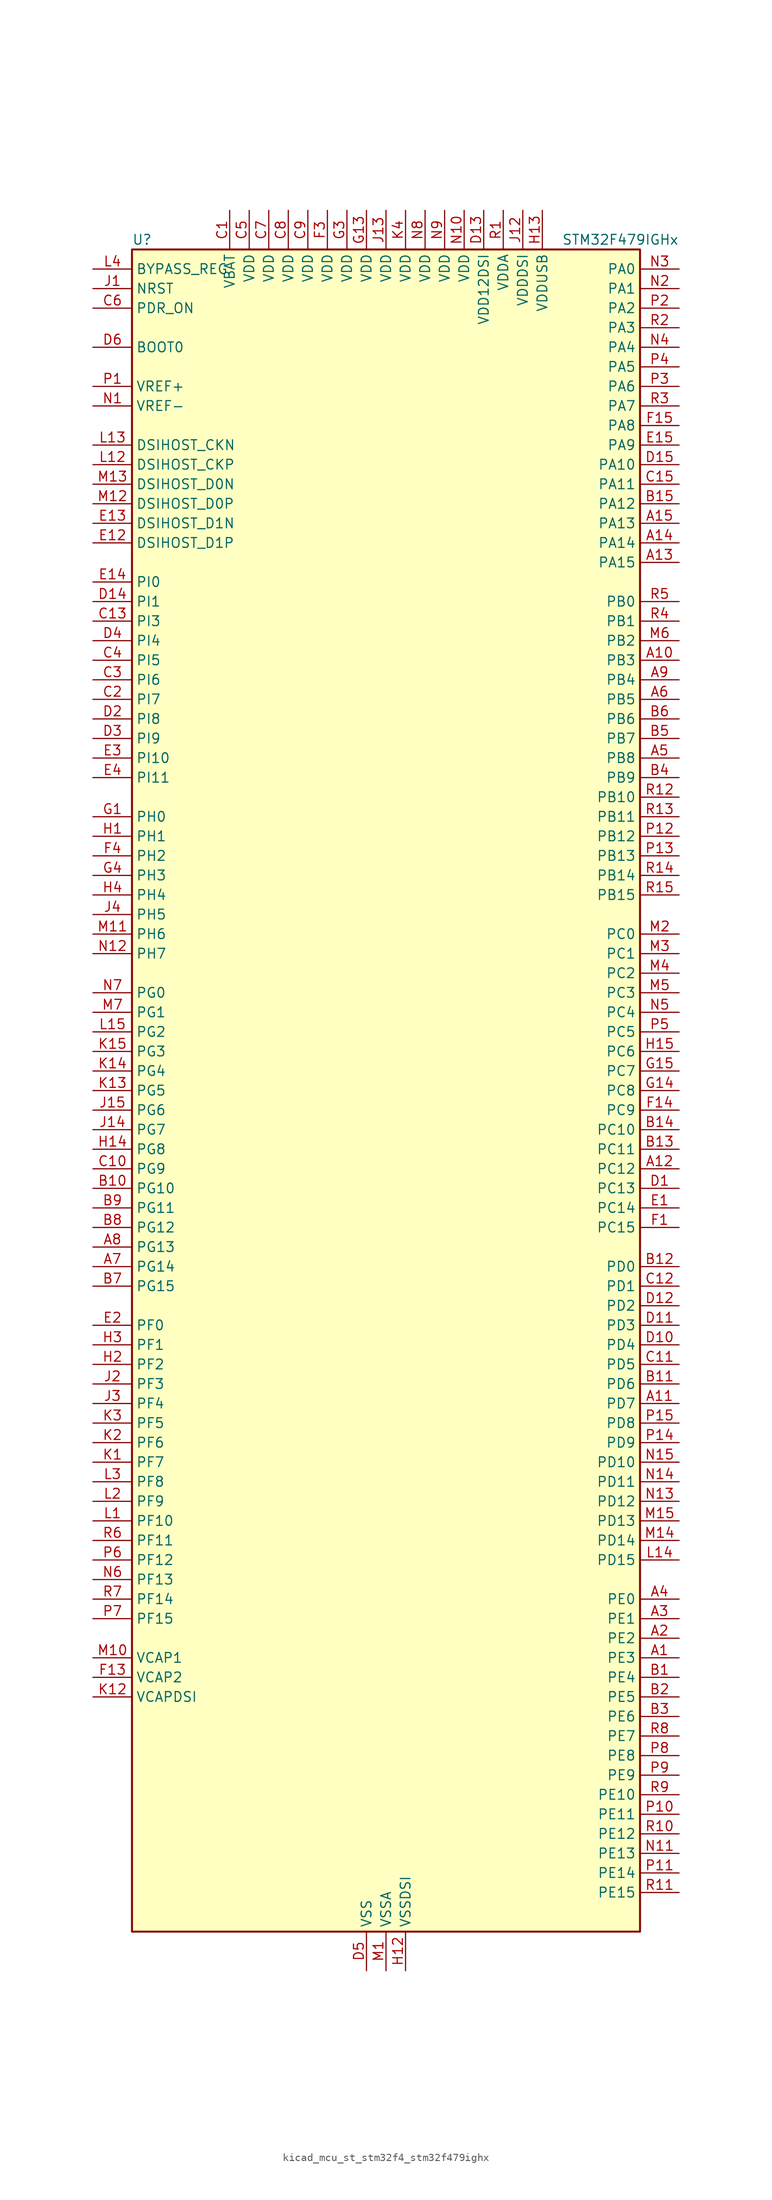
<source format=kicad_sym>
(kicad_symbol_lib
  (version 20220914)
  (generator kicad_symbol_editor)
  (symbol "kicad_mcu_st_stm32f4_stm32f479ighx"
    (property "Reference" "U"
      (at -33.02 110.49 0)
      (effects (font (size 1.27 1.27)) (justify left)))
    (property "Value" "STM32F479IGHx"
      (at 22.86 110.49 0)
      (effects (font (size 1.27 1.27)) (justify left)))
    (property "ki_locked" ""
      (at 0 0 0)
      (effects (font (size 1.27 1.27))))
    (symbol "kicad_mcu_st_stm32f4_stm32f479ighx_0_1"
      (rectangle (start -33.02 -109.22) (end 33.02 109.22) (stroke (width 0.254) (type default)) (fill (type background))))
    (symbol "kicad_mcu_st_stm32f4_stm32f479ighx_1_1"
      (pin bidirectional line (at 38.1 -73.66 180) (length 5.08) (name "PE3" (effects (font (size 1.27 1.27)))) (number "A1" (effects (font (size 1.27 1.27)))) (alternate "FMC_A19" bidirectional line) (alternate "SAI1_SD_B" bidirectional line) (alternate "SYS_TRACED0" bidirectional line))
      (pin bidirectional line (at 38.1 55.88 180) (length 5.08) (name "PB3" (effects (font (size 1.27 1.27)))) (number "A10" (effects (font (size 1.27 1.27)))) (alternate "I2S3_CK" bidirectional line) (alternate "SPI1_SCK" bidirectional line) (alternate "SPI3_SCK" bidirectional line) (alternate "SYS_JTDO-SWO" bidirectional line) (alternate "TIM2_CH2" bidirectional line))
      (pin bidirectional line (at 38.1 -40.64 180) (length 5.08) (name "PD7" (effects (font (size 1.27 1.27)))) (number "A11" (effects (font (size 1.27 1.27)))) (alternate "FMC_NE1" bidirectional line) (alternate "USART2_CK" bidirectional line))
      (pin bidirectional line (at 38.1 -10.16 180) (length 5.08) (name "PC12" (effects (font (size 1.27 1.27)))) (number "A12" (effects (font (size 1.27 1.27)))) (alternate "DCMI_D9" bidirectional line) (alternate "I2S3_SD" bidirectional line) (alternate "SDIO_CK" bidirectional line) (alternate "SPI3_MOSI" bidirectional line) (alternate "SYS_TRACED3" bidirectional line) (alternate "UART5_TX" bidirectional line) (alternate "USART3_CK" bidirectional line))
      (pin bidirectional line (at 38.1 68.58 180) (length 5.08) (name "PA15" (effects (font (size 1.27 1.27)))) (number "A13" (effects (font (size 1.27 1.27)))) (alternate "ADC1_EXTI15" bidirectional line) (alternate "ADC2_EXTI15" bidirectional line) (alternate "ADC3_EXTI15" bidirectional line) (alternate "I2S3_WS" bidirectional line) (alternate "SPI1_NSS" bidirectional line) (alternate "SPI3_NSS" bidirectional line) (alternate "SYS_JTDI" bidirectional line) (alternate "TIM2_CH1" bidirectional line) (alternate "TIM2_ETR" bidirectional line))
      (pin bidirectional line (at 38.1 71.12 180) (length 5.08) (name "PA14" (effects (font (size 1.27 1.27)))) (number "A14" (effects (font (size 1.27 1.27)))) (alternate "SYS_JTCK-SWCLK" bidirectional line))
      (pin bidirectional line (at 38.1 73.66 180) (length 5.08) (name "PA13" (effects (font (size 1.27 1.27)))) (number "A15" (effects (font (size 1.27 1.27)))) (alternate "SYS_JTMS-SWDIO" bidirectional line))
      (pin bidirectional line (at 38.1 -71.12 180) (length 5.08) (name "PE2" (effects (font (size 1.27 1.27)))) (number "A2" (effects (font (size 1.27 1.27)))) (alternate "ETH_TXD3" bidirectional line) (alternate "FMC_A23" bidirectional line) (alternate "QUADSPI_BK1_IO2" bidirectional line) (alternate "SAI1_MCLK_A" bidirectional line) (alternate "SPI4_SCK" bidirectional line) (alternate "SYS_TRACECLK" bidirectional line))
      (pin bidirectional line (at 38.1 -68.58 180) (length 5.08) (name "PE1" (effects (font (size 1.27 1.27)))) (number "A3" (effects (font (size 1.27 1.27)))) (alternate "DCMI_D3" bidirectional line) (alternate "FMC_NBL1" bidirectional line) (alternate "UART8_TX" bidirectional line))
      (pin bidirectional line (at 38.1 -66.04 180) (length 5.08) (name "PE0" (effects (font (size 1.27 1.27)))) (number "A4" (effects (font (size 1.27 1.27)))) (alternate "DCMI_D2" bidirectional line) (alternate "FMC_NBL0" bidirectional line) (alternate "TIM4_ETR" bidirectional line) (alternate "UART8_RX" bidirectional line))
      (pin bidirectional line (at 38.1 43.18 180) (length 5.08) (name "PB8" (effects (font (size 1.27 1.27)))) (number "A5" (effects (font (size 1.27 1.27)))) (alternate "CAN1_RX" bidirectional line) (alternate "DCMI_D6" bidirectional line) (alternate "ETH_TXD3" bidirectional line) (alternate "I2C1_SCL" bidirectional line) (alternate "LTDC_B6" bidirectional line) (alternate "SDIO_D4" bidirectional line) (alternate "TIM10_CH1" bidirectional line) (alternate "TIM4_CH3" bidirectional line))
      (pin bidirectional line (at 38.1 50.8 180) (length 5.08) (name "PB5" (effects (font (size 1.27 1.27)))) (number "A6" (effects (font (size 1.27 1.27)))) (alternate "CAN2_RX" bidirectional line) (alternate "DCMI_D10" bidirectional line) (alternate "ETH_PPS_OUT" bidirectional line) (alternate "FMC_SDCKE1" bidirectional line) (alternate "I2C1_SMBA" bidirectional line) (alternate "I2S3_SD" bidirectional line) (alternate "LTDC_G7" bidirectional line) (alternate "SPI1_MOSI" bidirectional line) (alternate "SPI3_MOSI" bidirectional line) (alternate "TIM3_CH2" bidirectional line) (alternate "USB_OTG_HS_ULPI_D7" bidirectional line))
      (pin bidirectional line (at -38.1 -22.86 0) (length 5.08) (name "PG14" (effects (font (size 1.27 1.27)))) (number "A7" (effects (font (size 1.27 1.27)))) (alternate "ETH_TXD1" bidirectional line) (alternate "FMC_A25" bidirectional line) (alternate "LTDC_B0" bidirectional line) (alternate "QUADSPI_BK2_IO3" bidirectional line) (alternate "SPI6_MOSI" bidirectional line) (alternate "SYS_TRACED1" bidirectional line) (alternate "USART6_TX" bidirectional line))
      (pin bidirectional line (at -38.1 -20.32 0) (length 5.08) (name "PG13" (effects (font (size 1.27 1.27)))) (number "A8" (effects (font (size 1.27 1.27)))) (alternate "ETH_TXD0" bidirectional line) (alternate "FMC_A24" bidirectional line) (alternate "LTDC_R0" bidirectional line) (alternate "SPI6_SCK" bidirectional line) (alternate "SYS_TRACED0" bidirectional line) (alternate "USART6_CTS" bidirectional line))
      (pin bidirectional line (at 38.1 53.34 180) (length 5.08) (name "PB4" (effects (font (size 1.27 1.27)))) (number "A9" (effects (font (size 1.27 1.27)))) (alternate "I2S3_ext_SD" bidirectional line) (alternate "SPI1_MISO" bidirectional line) (alternate "SPI3_MISO" bidirectional line) (alternate "SYS_JTRST" bidirectional line) (alternate "TIM3_CH1" bidirectional line))
      (pin bidirectional line (at 38.1 -76.2 180) (length 5.08) (name "PE4" (effects (font (size 1.27 1.27)))) (number "B1" (effects (font (size 1.27 1.27)))) (alternate "DCMI_D4" bidirectional line) (alternate "FMC_A20" bidirectional line) (alternate "LTDC_B0" bidirectional line) (alternate "SAI1_FS_A" bidirectional line) (alternate "SPI4_NSS" bidirectional line) (alternate "SYS_TRACED1" bidirectional line))
      (pin bidirectional line (at -38.1 -12.7 0) (length 5.08) (name "PG10" (effects (font (size 1.27 1.27)))) (number "B10" (effects (font (size 1.27 1.27)))) (alternate "DCMI_D2" bidirectional line) (alternate "FMC_NE3" bidirectional line) (alternate "LTDC_B2" bidirectional line) (alternate "LTDC_G3" bidirectional line))
      (pin bidirectional line (at 38.1 -38.1 180) (length 5.08) (name "PD6" (effects (font (size 1.27 1.27)))) (number "B11" (effects (font (size 1.27 1.27)))) (alternate "DCMI_D10" bidirectional line) (alternate "FMC_NWAIT" bidirectional line) (alternate "I2S3_SD" bidirectional line) (alternate "LTDC_B2" bidirectional line) (alternate "SAI1_SD_A" bidirectional line) (alternate "SPI3_MOSI" bidirectional line) (alternate "USART2_RX" bidirectional line))
      (pin bidirectional line (at 38.1 -22.86 180) (length 5.08) (name "PD0" (effects (font (size 1.27 1.27)))) (number "B12" (effects (font (size 1.27 1.27)))) (alternate "CAN1_RX" bidirectional line) (alternate "FMC_D2" bidirectional line) (alternate "FMC_DA2" bidirectional line))
      (pin bidirectional line (at 38.1 -7.62 180) (length 5.08) (name "PC11" (effects (font (size 1.27 1.27)))) (number "B13" (effects (font (size 1.27 1.27)))) (alternate "ADC1_EXTI11" bidirectional line) (alternate "ADC2_EXTI11" bidirectional line) (alternate "ADC3_EXTI11" bidirectional line) (alternate "DCMI_D4" bidirectional line) (alternate "I2S3_ext_SD" bidirectional line) (alternate "QUADSPI_BK2_NCS" bidirectional line) (alternate "SDIO_D3" bidirectional line) (alternate "SPI3_MISO" bidirectional line) (alternate "UART4_RX" bidirectional line) (alternate "USART3_RX" bidirectional line))
      (pin bidirectional line (at 38.1 -5.08 180) (length 5.08) (name "PC10" (effects (font (size 1.27 1.27)))) (number "B14" (effects (font (size 1.27 1.27)))) (alternate "DCMI_D8" bidirectional line) (alternate "I2S3_CK" bidirectional line) (alternate "LTDC_R2" bidirectional line) (alternate "QUADSPI_BK1_IO1" bidirectional line) (alternate "SDIO_D2" bidirectional line) (alternate "SPI3_SCK" bidirectional line) (alternate "UART4_TX" bidirectional line) (alternate "USART3_TX" bidirectional line))
      (pin bidirectional line (at 38.1 76.2 180) (length 5.08) (name "PA12" (effects (font (size 1.27 1.27)))) (number "B15" (effects (font (size 1.27 1.27)))) (alternate "CAN1_TX" bidirectional line) (alternate "LTDC_R5" bidirectional line) (alternate "TIM1_ETR" bidirectional line) (alternate "USART1_RTS" bidirectional line) (alternate "USB_OTG_FS_DP" bidirectional line))
      (pin bidirectional line (at 38.1 -78.74 180) (length 5.08) (name "PE5" (effects (font (size 1.27 1.27)))) (number "B2" (effects (font (size 1.27 1.27)))) (alternate "DCMI_D6" bidirectional line) (alternate "FMC_A21" bidirectional line) (alternate "LTDC_G0" bidirectional line) (alternate "SAI1_SCK_A" bidirectional line) (alternate "SPI4_MISO" bidirectional line) (alternate "SYS_TRACED2" bidirectional line) (alternate "TIM9_CH1" bidirectional line))
      (pin bidirectional line (at 38.1 -81.28 180) (length 5.08) (name "PE6" (effects (font (size 1.27 1.27)))) (number "B3" (effects (font (size 1.27 1.27)))) (alternate "DCMI_D7" bidirectional line) (alternate "FMC_A22" bidirectional line) (alternate "LTDC_G1" bidirectional line) (alternate "SAI1_SD_A" bidirectional line) (alternate "SPI4_MOSI" bidirectional line) (alternate "SYS_TRACED3" bidirectional line) (alternate "TIM9_CH2" bidirectional line))
      (pin bidirectional line (at 38.1 40.64 180) (length 5.08) (name "PB9" (effects (font (size 1.27 1.27)))) (number "B4" (effects (font (size 1.27 1.27)))) (alternate "CAN1_TX" bidirectional line) (alternate "DAC_EXTI9" bidirectional line) (alternate "DCMI_D7" bidirectional line) (alternate "I2C1_SDA" bidirectional line) (alternate "I2S2_WS" bidirectional line) (alternate "LTDC_B7" bidirectional line) (alternate "SDIO_D5" bidirectional line) (alternate "SPI2_NSS" bidirectional line) (alternate "TIM11_CH1" bidirectional line) (alternate "TIM4_CH4" bidirectional line))
      (pin bidirectional line (at 38.1 45.72 180) (length 5.08) (name "PB7" (effects (font (size 1.27 1.27)))) (number "B5" (effects (font (size 1.27 1.27)))) (alternate "DCMI_VSYNC" bidirectional line) (alternate "FMC_NL" bidirectional line) (alternate "I2C1_SDA" bidirectional line) (alternate "TIM4_CH2" bidirectional line) (alternate "USART1_RX" bidirectional line))
      (pin bidirectional line (at 38.1 48.26 180) (length 5.08) (name "PB6" (effects (font (size 1.27 1.27)))) (number "B6" (effects (font (size 1.27 1.27)))) (alternate "CAN2_TX" bidirectional line) (alternate "DCMI_D5" bidirectional line) (alternate "FMC_SDNE1" bidirectional line) (alternate "I2C1_SCL" bidirectional line) (alternate "QUADSPI_BK1_NCS" bidirectional line) (alternate "TIM4_CH1" bidirectional line) (alternate "USART1_TX" bidirectional line))
      (pin bidirectional line (at -38.1 -25.4 0) (length 5.08) (name "PG15" (effects (font (size 1.27 1.27)))) (number "B7" (effects (font (size 1.27 1.27)))) (alternate "ADC1_EXTI15" bidirectional line) (alternate "ADC2_EXTI15" bidirectional line) (alternate "ADC3_EXTI15" bidirectional line) (alternate "DCMI_D13" bidirectional line) (alternate "FMC_SDNCAS" bidirectional line) (alternate "USART6_CTS" bidirectional line))
      (pin bidirectional line (at -38.1 -17.78 0) (length 5.08) (name "PG12" (effects (font (size 1.27 1.27)))) (number "B8" (effects (font (size 1.27 1.27)))) (alternate "FMC_NE4" bidirectional line) (alternate "LTDC_B1" bidirectional line) (alternate "LTDC_B4" bidirectional line) (alternate "SPI6_MISO" bidirectional line) (alternate "USART6_RTS" bidirectional line))
      (pin bidirectional line (at -38.1 -15.24 0) (length 5.08) (name "PG11" (effects (font (size 1.27 1.27)))) (number "B9" (effects (font (size 1.27 1.27)))) (alternate "ADC1_EXTI11" bidirectional line) (alternate "ADC2_EXTI11" bidirectional line) (alternate "ADC3_EXTI11" bidirectional line) (alternate "DCMI_D3" bidirectional line) (alternate "ETH_TX_EN" bidirectional line) (alternate "LTDC_B3" bidirectional line))
      (pin power_in line (at -20.32 114.3 270) (length 5.08) (name "VBAT" (effects (font (size 1.27 1.27)))) (number "C1" (effects (font (size 1.27 1.27)))))
      (pin bidirectional line (at -38.1 -10.16 0) (length 5.08) (name "PG9" (effects (font (size 1.27 1.27)))) (number "C10" (effects (font (size 1.27 1.27)))) (alternate "DAC_EXTI9" bidirectional line) (alternate "DCMI_VSYNC" bidirectional line) (alternate "FMC_NCE" bidirectional line) (alternate "FMC_NE2" bidirectional line) (alternate "QUADSPI_BK2_IO2" bidirectional line) (alternate "USART6_RX" bidirectional line))
      (pin bidirectional line (at 38.1 -35.56 180) (length 5.08) (name "PD5" (effects (font (size 1.27 1.27)))) (number "C11" (effects (font (size 1.27 1.27)))) (alternate "FMC_NWE" bidirectional line) (alternate "USART2_TX" bidirectional line))
      (pin bidirectional line (at 38.1 -25.4 180) (length 5.08) (name "PD1" (effects (font (size 1.27 1.27)))) (number "C12" (effects (font (size 1.27 1.27)))) (alternate "CAN1_TX" bidirectional line) (alternate "FMC_D3" bidirectional line) (alternate "FMC_DA3" bidirectional line))
      (pin bidirectional line (at -38.1 60.96 0) (length 5.08) (name "PI3" (effects (font (size 1.27 1.27)))) (number "C13" (effects (font (size 1.27 1.27)))) (alternate "DCMI_D10" bidirectional line) (alternate "FMC_D27" bidirectional line) (alternate "I2S2_SD" bidirectional line) (alternate "SPI2_MOSI" bidirectional line) (alternate "TIM8_ETR" bidirectional line))
      (pin no_connect line (at -33.02 -109.22 0) (length 5.08) hide (name "NC" (effects (font (size 1.27 1.27)))) (number "C14" (effects (font (size 1.27 1.27)))))
      (pin bidirectional line (at 38.1 78.74 180) (length 5.08) (name "PA11" (effects (font (size 1.27 1.27)))) (number "C15" (effects (font (size 1.27 1.27)))) (alternate "ADC1_EXTI11" bidirectional line) (alternate "ADC2_EXTI11" bidirectional line) (alternate "ADC3_EXTI11" bidirectional line) (alternate "CAN1_RX" bidirectional line) (alternate "LTDC_R4" bidirectional line) (alternate "TIM1_CH4" bidirectional line) (alternate "USART1_CTS" bidirectional line) (alternate "USB_OTG_FS_DM" bidirectional line))
      (pin bidirectional line (at -38.1 50.8 0) (length 5.08) (name "PI7" (effects (font (size 1.27 1.27)))) (number "C2" (effects (font (size 1.27 1.27)))) (alternate "DCMI_D7" bidirectional line) (alternate "FMC_D29" bidirectional line) (alternate "LTDC_B7" bidirectional line) (alternate "TIM8_CH3" bidirectional line))
      (pin bidirectional line (at -38.1 53.34 0) (length 5.08) (name "PI6" (effects (font (size 1.27 1.27)))) (number "C3" (effects (font (size 1.27 1.27)))) (alternate "DCMI_D6" bidirectional line) (alternate "FMC_D28" bidirectional line) (alternate "LTDC_B6" bidirectional line) (alternate "TIM8_CH2" bidirectional line))
      (pin bidirectional line (at -38.1 55.88 0) (length 5.08) (name "PI5" (effects (font (size 1.27 1.27)))) (number "C4" (effects (font (size 1.27 1.27)))) (alternate "DCMI_VSYNC" bidirectional line) (alternate "FMC_NBL3" bidirectional line) (alternate "LTDC_B5" bidirectional line) (alternate "TIM8_CH1" bidirectional line))
      (pin power_in line (at -17.78 114.3 270) (length 5.08) (name "VDD" (effects (font (size 1.27 1.27)))) (number "C5" (effects (font (size 1.27 1.27)))))
      (pin input line (at -38.1 101.6 0) (length 5.08) (name "PDR_ON" (effects (font (size 1.27 1.27)))) (number "C6" (effects (font (size 1.27 1.27)))))
      (pin power_in line (at -15.24 114.3 270) (length 5.08) (name "VDD" (effects (font (size 1.27 1.27)))) (number "C7" (effects (font (size 1.27 1.27)))))
      (pin power_in line (at -12.7 114.3 270) (length 5.08) (name "VDD" (effects (font (size 1.27 1.27)))) (number "C8" (effects (font (size 1.27 1.27)))))
      (pin power_in line (at -10.16 114.3 270) (length 5.08) (name "VDD" (effects (font (size 1.27 1.27)))) (number "C9" (effects (font (size 1.27 1.27)))))
      (pin bidirectional line (at 38.1 -12.7 180) (length 5.08) (name "PC13" (effects (font (size 1.27 1.27)))) (number "D1" (effects (font (size 1.27 1.27)))) (alternate "RTC_AF1" bidirectional line))
      (pin bidirectional line (at 38.1 -33.02 180) (length 5.08) (name "PD4" (effects (font (size 1.27 1.27)))) (number "D10" (effects (font (size 1.27 1.27)))) (alternate "FMC_NOE" bidirectional line) (alternate "USART2_RTS" bidirectional line))
      (pin bidirectional line (at 38.1 -30.48 180) (length 5.08) (name "PD3" (effects (font (size 1.27 1.27)))) (number "D11" (effects (font (size 1.27 1.27)))) (alternate "DCMI_D5" bidirectional line) (alternate "FMC_CLK" bidirectional line) (alternate "I2S2_CK" bidirectional line) (alternate "LTDC_G7" bidirectional line) (alternate "SPI2_SCK" bidirectional line) (alternate "USART2_CTS" bidirectional line))
      (pin bidirectional line (at 38.1 -27.94 180) (length 5.08) (name "PD2" (effects (font (size 1.27 1.27)))) (number "D12" (effects (font (size 1.27 1.27)))) (alternate "DCMI_D11" bidirectional line) (alternate "SDIO_CMD" bidirectional line) (alternate "SYS_TRACED2" bidirectional line) (alternate "TIM3_ETR" bidirectional line) (alternate "UART5_RX" bidirectional line))
      (pin power_in line (at 12.7 114.3 270) (length 5.08) (name "VDD12DSI" (effects (font (size 1.27 1.27)))) (number "D13" (effects (font (size 1.27 1.27)))))
      (pin bidirectional line (at -38.1 63.5 0) (length 5.08) (name "PI1" (effects (font (size 1.27 1.27)))) (number "D14" (effects (font (size 1.27 1.27)))) (alternate "DCMI_D8" bidirectional line) (alternate "FMC_D25" bidirectional line) (alternate "I2S2_CK" bidirectional line) (alternate "LTDC_G6" bidirectional line) (alternate "SPI2_SCK" bidirectional line))
      (pin bidirectional line (at 38.1 81.28 180) (length 5.08) (name "PA10" (effects (font (size 1.27 1.27)))) (number "D15" (effects (font (size 1.27 1.27)))) (alternate "DCMI_D1" bidirectional line) (alternate "TIM1_CH3" bidirectional line) (alternate "USART1_RX" bidirectional line) (alternate "USB_OTG_FS_ID" bidirectional line))
      (pin bidirectional line (at -38.1 48.26 0) (length 5.08) (name "PI8" (effects (font (size 1.27 1.27)))) (number "D2" (effects (font (size 1.27 1.27)))) (alternate "RTC_AF1" bidirectional line) (alternate "RTC_AF2" bidirectional line))
      (pin bidirectional line (at -38.1 45.72 0) (length 5.08) (name "PI9" (effects (font (size 1.27 1.27)))) (number "D3" (effects (font (size 1.27 1.27)))) (alternate "CAN1_RX" bidirectional line) (alternate "DAC_EXTI9" bidirectional line) (alternate "FMC_D30" bidirectional line) (alternate "LTDC_VSYNC" bidirectional line))
      (pin bidirectional line (at -38.1 58.42 0) (length 5.08) (name "PI4" (effects (font (size 1.27 1.27)))) (number "D4" (effects (font (size 1.27 1.27)))) (alternate "DCMI_D5" bidirectional line) (alternate "FMC_NBL2" bidirectional line) (alternate "LTDC_B4" bidirectional line) (alternate "TIM8_BKIN" bidirectional line))
      (pin power_in line (at -2.54 -114.3 90) (length 5.08) (name "VSS" (effects (font (size 1.27 1.27)))) (number "D5" (effects (font (size 1.27 1.27)))))
      (pin input line (at -38.1 96.52 0) (length 5.08) (name "BOOT0" (effects (font (size 1.27 1.27)))) (number "D6" (effects (font (size 1.27 1.27)))))
      (pin passive line (at -2.54 -114.3 90) (length 5.08) hide (name "VSS" (effects (font (size 1.27 1.27)))) (number "D7" (effects (font (size 1.27 1.27)))))
      (pin passive line (at -2.54 -114.3 90) (length 5.08) hide (name "VSS" (effects (font (size 1.27 1.27)))) (number "D8" (effects (font (size 1.27 1.27)))))
      (pin passive line (at -2.54 -114.3 90) (length 5.08) hide (name "VSS" (effects (font (size 1.27 1.27)))) (number "D9" (effects (font (size 1.27 1.27)))))
      (pin bidirectional line (at 38.1 -15.24 180) (length 5.08) (name "PC14" (effects (font (size 1.27 1.27)))) (number "E1" (effects (font (size 1.27 1.27)))) (alternate "RCC_OSC32_IN" bidirectional line))
      (pin bidirectional line (at -38.1 71.12 0) (length 5.08) (name "DSIHOST_D1P" (effects (font (size 1.27 1.27)))) (number "E12" (effects (font (size 1.27 1.27)))) (alternate "DSIHOST_D1P" bidirectional line))
      (pin bidirectional line (at -38.1 73.66 0) (length 5.08) (name "DSIHOST_D1N" (effects (font (size 1.27 1.27)))) (number "E13" (effects (font (size 1.27 1.27)))) (alternate "DSIHOST_D1N" bidirectional line))
      (pin bidirectional line (at -38.1 66.04 0) (length 5.08) (name "PI0" (effects (font (size 1.27 1.27)))) (number "E14" (effects (font (size 1.27 1.27)))) (alternate "DCMI_D13" bidirectional line) (alternate "FMC_D24" bidirectional line) (alternate "I2S2_WS" bidirectional line) (alternate "LTDC_G5" bidirectional line) (alternate "SPI2_NSS" bidirectional line) (alternate "TIM5_CH4" bidirectional line))
      (pin bidirectional line (at 38.1 83.82 180) (length 5.08) (name "PA9" (effects (font (size 1.27 1.27)))) (number "E15" (effects (font (size 1.27 1.27)))) (alternate "DAC_EXTI9" bidirectional line) (alternate "DCMI_D0" bidirectional line) (alternate "I2C3_SMBA" bidirectional line) (alternate "I2S2_CK" bidirectional line) (alternate "SPI2_SCK" bidirectional line) (alternate "TIM1_CH2" bidirectional line) (alternate "USART1_TX" bidirectional line) (alternate "USB_OTG_FS_VBUS" bidirectional line))
      (pin bidirectional line (at -38.1 -30.48 0) (length 5.08) (name "PF0" (effects (font (size 1.27 1.27)))) (number "E2" (effects (font (size 1.27 1.27)))) (alternate "FMC_A0" bidirectional line) (alternate "I2C2_SDA" bidirectional line))
      (pin bidirectional line (at -38.1 43.18 0) (length 5.08) (name "PI10" (effects (font (size 1.27 1.27)))) (number "E3" (effects (font (size 1.27 1.27)))) (alternate "ETH_RX_ER" bidirectional line) (alternate "FMC_D31" bidirectional line) (alternate "LTDC_HSYNC" bidirectional line))
      (pin bidirectional line (at -38.1 40.64 0) (length 5.08) (name "PI11" (effects (font (size 1.27 1.27)))) (number "E4" (effects (font (size 1.27 1.27)))) (alternate "ADC1_EXTI11" bidirectional line) (alternate "ADC2_EXTI11" bidirectional line) (alternate "ADC3_EXTI11" bidirectional line) (alternate "LTDC_G6" bidirectional line) (alternate "USB_OTG_HS_ULPI_DIR" bidirectional line))
      (pin bidirectional line (at 38.1 -17.78 180) (length 5.08) (name "PC15" (effects (font (size 1.27 1.27)))) (number "F1" (effects (font (size 1.27 1.27)))) (alternate "ADC1_EXTI15" bidirectional line) (alternate "ADC2_EXTI15" bidirectional line) (alternate "ADC3_EXTI15" bidirectional line) (alternate "RCC_OSC32_OUT" bidirectional line))
      (pin passive line (at -2.54 -114.3 90) (length 5.08) hide (name "VSS" (effects (font (size 1.27 1.27)))) (number "F10" (effects (font (size 1.27 1.27)))))
      (pin passive line (at -2.54 -114.3 90) (length 5.08) hide (name "VSS" (effects (font (size 1.27 1.27)))) (number "F12" (effects (font (size 1.27 1.27)))))
      (pin power_out line (at -38.1 -76.2 0) (length 5.08) (name "VCAP2" (effects (font (size 1.27 1.27)))) (number "F13" (effects (font (size 1.27 1.27)))))
      (pin bidirectional line (at 38.1 -2.54 180) (length 5.08) (name "PC9" (effects (font (size 1.27 1.27)))) (number "F14" (effects (font (size 1.27 1.27)))) (alternate "DAC_EXTI9" bidirectional line) (alternate "DCMI_D3" bidirectional line) (alternate "I2C3_SDA" bidirectional line) (alternate "I2S_CKIN" bidirectional line) (alternate "QUADSPI_BK1_IO0" bidirectional line) (alternate "RCC_MCO_2" bidirectional line) (alternate "SDIO_D1" bidirectional line) (alternate "TIM3_CH4" bidirectional line) (alternate "TIM8_CH4" bidirectional line))
      (pin bidirectional line (at 38.1 86.36 180) (length 5.08) (name "PA8" (effects (font (size 1.27 1.27)))) (number "F15" (effects (font (size 1.27 1.27)))) (alternate "I2C3_SCL" bidirectional line) (alternate "LTDC_R6" bidirectional line) (alternate "RCC_MCO_1" bidirectional line) (alternate "TIM1_CH1" bidirectional line) (alternate "USART1_CK" bidirectional line) (alternate "USB_OTG_FS_SOF" bidirectional line))
      (pin passive line (at -2.54 -114.3 90) (length 5.08) hide (name "VSS" (effects (font (size 1.27 1.27)))) (number "F2" (effects (font (size 1.27 1.27)))))
      (pin power_in line (at -7.62 114.3 270) (length 5.08) (name "VDD" (effects (font (size 1.27 1.27)))) (number "F3" (effects (font (size 1.27 1.27)))))
      (pin bidirectional line (at -38.1 30.48 0) (length 5.08) (name "PH2" (effects (font (size 1.27 1.27)))) (number "F4" (effects (font (size 1.27 1.27)))) (alternate "ETH_CRS" bidirectional line) (alternate "FMC_SDCKE0" bidirectional line) (alternate "LTDC_R0" bidirectional line) (alternate "QUADSPI_BK2_IO0" bidirectional line))
      (pin passive line (at -2.54 -114.3 90) (length 5.08) hide (name "VSS" (effects (font (size 1.27 1.27)))) (number "F6" (effects (font (size 1.27 1.27)))))
      (pin passive line (at -2.54 -114.3 90) (length 5.08) hide (name "VSS" (effects (font (size 1.27 1.27)))) (number "F7" (effects (font (size 1.27 1.27)))))
      (pin passive line (at -2.54 -114.3 90) (length 5.08) hide (name "VSS" (effects (font (size 1.27 1.27)))) (number "F8" (effects (font (size 1.27 1.27)))))
      (pin passive line (at -2.54 -114.3 90) (length 5.08) hide (name "VSS" (effects (font (size 1.27 1.27)))) (number "F9" (effects (font (size 1.27 1.27)))))
      (pin bidirectional line (at -38.1 35.56 0) (length 5.08) (name "PH0" (effects (font (size 1.27 1.27)))) (number "G1" (effects (font (size 1.27 1.27)))) (alternate "RCC_OSC_IN" bidirectional line))
      (pin passive line (at -2.54 -114.3 90) (length 5.08) hide (name "VSS" (effects (font (size 1.27 1.27)))) (number "G10" (effects (font (size 1.27 1.27)))))
      (pin passive line (at -2.54 -114.3 90) (length 5.08) hide (name "VSS" (effects (font (size 1.27 1.27)))) (number "G12" (effects (font (size 1.27 1.27)))))
      (pin power_in line (at -2.54 114.3 270) (length 5.08) (name "VDD" (effects (font (size 1.27 1.27)))) (number "G13" (effects (font (size 1.27 1.27)))))
      (pin bidirectional line (at 38.1 0 180) (length 5.08) (name "PC8" (effects (font (size 1.27 1.27)))) (number "G14" (effects (font (size 1.27 1.27)))) (alternate "DCMI_D2" bidirectional line) (alternate "SDIO_D0" bidirectional line) (alternate "SYS_TRACED1" bidirectional line) (alternate "TIM3_CH3" bidirectional line) (alternate "TIM8_CH3" bidirectional line) (alternate "USART6_CK" bidirectional line))
      (pin bidirectional line (at 38.1 2.54 180) (length 5.08) (name "PC7" (effects (font (size 1.27 1.27)))) (number "G15" (effects (font (size 1.27 1.27)))) (alternate "DCMI_D1" bidirectional line) (alternate "I2S3_MCK" bidirectional line) (alternate "LTDC_G6" bidirectional line) (alternate "SDIO_D7" bidirectional line) (alternate "TIM3_CH2" bidirectional line) (alternate "TIM8_CH2" bidirectional line) (alternate "USART6_RX" bidirectional line))
      (pin passive line (at -2.54 -114.3 90) (length 5.08) hide (name "VSS" (effects (font (size 1.27 1.27)))) (number "G2" (effects (font (size 1.27 1.27)))))
      (pin power_in line (at -5.08 114.3 270) (length 5.08) (name "VDD" (effects (font (size 1.27 1.27)))) (number "G3" (effects (font (size 1.27 1.27)))))
      (pin bidirectional line (at -38.1 27.94 0) (length 5.08) (name "PH3" (effects (font (size 1.27 1.27)))) (number "G4" (effects (font (size 1.27 1.27)))) (alternate "ETH_COL" bidirectional line) (alternate "FMC_SDNE0" bidirectional line) (alternate "LTDC_R1" bidirectional line) (alternate "QUADSPI_BK2_IO1" bidirectional line))
      (pin passive line (at -2.54 -114.3 90) (length 5.08) hide (name "VSS" (effects (font (size 1.27 1.27)))) (number "G6" (effects (font (size 1.27 1.27)))))
      (pin passive line (at -2.54 -114.3 90) (length 5.08) hide (name "VSS" (effects (font (size 1.27 1.27)))) (number "G7" (effects (font (size 1.27 1.27)))))
      (pin passive line (at -2.54 -114.3 90) (length 5.08) hide (name "VSS" (effects (font (size 1.27 1.27)))) (number "G8" (effects (font (size 1.27 1.27)))))
      (pin passive line (at -2.54 -114.3 90) (length 5.08) hide (name "VSS" (effects (font (size 1.27 1.27)))) (number "G9" (effects (font (size 1.27 1.27)))))
      (pin bidirectional line (at -38.1 33.02 0) (length 5.08) (name "PH1" (effects (font (size 1.27 1.27)))) (number "H1" (effects (font (size 1.27 1.27)))) (alternate "RCC_OSC_OUT" bidirectional line))
      (pin passive line (at -2.54 -114.3 90) (length 5.08) hide (name "VSS" (effects (font (size 1.27 1.27)))) (number "H10" (effects (font (size 1.27 1.27)))))
      (pin power_in line (at 2.54 -114.3 90) (length 5.08) (name "VSSDSI" (effects (font (size 1.27 1.27)))) (number "H12" (effects (font (size 1.27 1.27)))))
      (pin power_in line (at 20.32 114.3 270) (length 5.08) (name "VDDUSB" (effects (font (size 1.27 1.27)))) (number "H13" (effects (font (size 1.27 1.27)))))
      (pin bidirectional line (at -38.1 -7.62 0) (length 5.08) (name "PG8" (effects (font (size 1.27 1.27)))) (number "H14" (effects (font (size 1.27 1.27)))) (alternate "ETH_PPS_OUT" bidirectional line) (alternate "FMC_SDCLK" bidirectional line) (alternate "LTDC_G7" bidirectional line) (alternate "SPI6_NSS" bidirectional line) (alternate "USART6_RTS" bidirectional line))
      (pin bidirectional line (at 38.1 5.08 180) (length 5.08) (name "PC6" (effects (font (size 1.27 1.27)))) (number "H15" (effects (font (size 1.27 1.27)))) (alternate "DCMI_D0" bidirectional line) (alternate "I2S2_MCK" bidirectional line) (alternate "LTDC_HSYNC" bidirectional line) (alternate "SDIO_D6" bidirectional line) (alternate "TIM3_CH1" bidirectional line) (alternate "TIM8_CH1" bidirectional line) (alternate "USART6_TX" bidirectional line))
      (pin bidirectional line (at -38.1 -35.56 0) (length 5.08) (name "PF2" (effects (font (size 1.27 1.27)))) (number "H2" (effects (font (size 1.27 1.27)))) (alternate "FMC_A2" bidirectional line) (alternate "I2C2_SMBA" bidirectional line))
      (pin bidirectional line (at -38.1 -33.02 0) (length 5.08) (name "PF1" (effects (font (size 1.27 1.27)))) (number "H3" (effects (font (size 1.27 1.27)))) (alternate "FMC_A1" bidirectional line) (alternate "I2C2_SCL" bidirectional line))
      (pin bidirectional line (at -38.1 25.4 0) (length 5.08) (name "PH4" (effects (font (size 1.27 1.27)))) (number "H4" (effects (font (size 1.27 1.27)))) (alternate "I2C2_SCL" bidirectional line) (alternate "LTDC_G4" bidirectional line) (alternate "LTDC_G5" bidirectional line) (alternate "USB_OTG_HS_ULPI_NXT" bidirectional line))
      (pin passive line (at -2.54 -114.3 90) (length 5.08) hide (name "VSS" (effects (font (size 1.27 1.27)))) (number "H6" (effects (font (size 1.27 1.27)))))
      (pin passive line (at -2.54 -114.3 90) (length 5.08) hide (name "VSS" (effects (font (size 1.27 1.27)))) (number "H7" (effects (font (size 1.27 1.27)))))
      (pin passive line (at -2.54 -114.3 90) (length 5.08) hide (name "VSS" (effects (font (size 1.27 1.27)))) (number "H8" (effects (font (size 1.27 1.27)))))
      (pin passive line (at -2.54 -114.3 90) (length 5.08) hide (name "VSS" (effects (font (size 1.27 1.27)))) (number "H9" (effects (font (size 1.27 1.27)))))
      (pin input line (at -38.1 104.14 0) (length 5.08) (name "NRST" (effects (font (size 1.27 1.27)))) (number "J1" (effects (font (size 1.27 1.27)))))
      (pin passive line (at -2.54 -114.3 90) (length 5.08) hide (name "VSS" (effects (font (size 1.27 1.27)))) (number "J10" (effects (font (size 1.27 1.27)))))
      (pin power_in line (at 17.78 114.3 270) (length 5.08) (name "VDDDSI" (effects (font (size 1.27 1.27)))) (number "J12" (effects (font (size 1.27 1.27)))))
      (pin power_in line (at 0 114.3 270) (length 5.08) (name "VDD" (effects (font (size 1.27 1.27)))) (number "J13" (effects (font (size 1.27 1.27)))))
      (pin bidirectional line (at -38.1 -5.08 0) (length 5.08) (name "PG7" (effects (font (size 1.27 1.27)))) (number "J14" (effects (font (size 1.27 1.27)))) (alternate "DCMI_D13" bidirectional line) (alternate "FMC_INT" bidirectional line) (alternate "LTDC_CLK" bidirectional line) (alternate "SAI1_MCLK_A" bidirectional line) (alternate "USART6_CK" bidirectional line))
      (pin bidirectional line (at -38.1 -2.54 0) (length 5.08) (name "PG6" (effects (font (size 1.27 1.27)))) (number "J15" (effects (font (size 1.27 1.27)))) (alternate "DCMI_D12" bidirectional line) (alternate "LTDC_R7" bidirectional line))
      (pin bidirectional line (at -38.1 -38.1 0) (length 5.08) (name "PF3" (effects (font (size 1.27 1.27)))) (number "J2" (effects (font (size 1.27 1.27)))) (alternate "ADC3_IN9" bidirectional line) (alternate "FMC_A3" bidirectional line))
      (pin bidirectional line (at -38.1 -40.64 0) (length 5.08) (name "PF4" (effects (font (size 1.27 1.27)))) (number "J3" (effects (font (size 1.27 1.27)))) (alternate "ADC3_IN14" bidirectional line) (alternate "FMC_A4" bidirectional line))
      (pin bidirectional line (at -38.1 22.86 0) (length 5.08) (name "PH5" (effects (font (size 1.27 1.27)))) (number "J4" (effects (font (size 1.27 1.27)))) (alternate "FMC_SDNWE" bidirectional line) (alternate "I2C2_SDA" bidirectional line) (alternate "SPI5_NSS" bidirectional line))
      (pin passive line (at -2.54 -114.3 90) (length 5.08) hide (name "VSS" (effects (font (size 1.27 1.27)))) (number "J6" (effects (font (size 1.27 1.27)))))
      (pin passive line (at -2.54 -114.3 90) (length 5.08) hide (name "VSS" (effects (font (size 1.27 1.27)))) (number "J7" (effects (font (size 1.27 1.27)))))
      (pin passive line (at -2.54 -114.3 90) (length 5.08) hide (name "VSS" (effects (font (size 1.27 1.27)))) (number "J8" (effects (font (size 1.27 1.27)))))
      (pin passive line (at -2.54 -114.3 90) (length 5.08) hide (name "VSS" (effects (font (size 1.27 1.27)))) (number "J9" (effects (font (size 1.27 1.27)))))
      (pin bidirectional line (at -38.1 -48.26 0) (length 5.08) (name "PF7" (effects (font (size 1.27 1.27)))) (number "K1" (effects (font (size 1.27 1.27)))) (alternate "ADC3_IN5" bidirectional line) (alternate "QUADSPI_BK1_IO2" bidirectional line) (alternate "SAI1_MCLK_B" bidirectional line) (alternate "SPI5_SCK" bidirectional line) (alternate "TIM11_CH1" bidirectional line) (alternate "UART7_TX" bidirectional line))
      (pin passive line (at -2.54 -114.3 90) (length 5.08) hide (name "VSS" (effects (font (size 1.27 1.27)))) (number "K10" (effects (font (size 1.27 1.27)))))
      (pin power_out line (at -38.1 -78.74 0) (length 5.08) (name "VCAPDSI" (effects (font (size 1.27 1.27)))) (number "K12" (effects (font (size 1.27 1.27)))))
      (pin bidirectional line (at -38.1 0 0) (length 5.08) (name "PG5" (effects (font (size 1.27 1.27)))) (number "K13" (effects (font (size 1.27 1.27)))) (alternate "FMC_A15" bidirectional line) (alternate "FMC_BA1" bidirectional line))
      (pin bidirectional line (at -38.1 2.54 0) (length 5.08) (name "PG4" (effects (font (size 1.27 1.27)))) (number "K14" (effects (font (size 1.27 1.27)))) (alternate "FMC_A14" bidirectional line) (alternate "FMC_BA0" bidirectional line))
      (pin bidirectional line (at -38.1 5.08 0) (length 5.08) (name "PG3" (effects (font (size 1.27 1.27)))) (number "K15" (effects (font (size 1.27 1.27)))) (alternate "FMC_A13" bidirectional line))
      (pin bidirectional line (at -38.1 -45.72 0) (length 5.08) (name "PF6" (effects (font (size 1.27 1.27)))) (number "K2" (effects (font (size 1.27 1.27)))) (alternate "ADC3_IN4" bidirectional line) (alternate "QUADSPI_BK1_IO3" bidirectional line) (alternate "SAI1_SD_B" bidirectional line) (alternate "SPI5_NSS" bidirectional line) (alternate "TIM10_CH1" bidirectional line) (alternate "UART7_RX" bidirectional line))
      (pin bidirectional line (at -38.1 -43.18 0) (length 5.08) (name "PF5" (effects (font (size 1.27 1.27)))) (number "K3" (effects (font (size 1.27 1.27)))) (alternate "ADC3_IN15" bidirectional line) (alternate "FMC_A5" bidirectional line))
      (pin power_in line (at 2.54 114.3 270) (length 5.08) (name "VDD" (effects (font (size 1.27 1.27)))) (number "K4" (effects (font (size 1.27 1.27)))))
      (pin passive line (at -2.54 -114.3 90) (length 5.08) hide (name "VSS" (effects (font (size 1.27 1.27)))) (number "K6" (effects (font (size 1.27 1.27)))))
      (pin passive line (at -2.54 -114.3 90) (length 5.08) hide (name "VSS" (effects (font (size 1.27 1.27)))) (number "K7" (effects (font (size 1.27 1.27)))))
      (pin passive line (at -2.54 -114.3 90) (length 5.08) hide (name "VSS" (effects (font (size 1.27 1.27)))) (number "K8" (effects (font (size 1.27 1.27)))))
      (pin passive line (at -2.54 -114.3 90) (length 5.08) hide (name "VSS" (effects (font (size 1.27 1.27)))) (number "K9" (effects (font (size 1.27 1.27)))))
      (pin bidirectional line (at -38.1 -55.88 0) (length 5.08) (name "PF10" (effects (font (size 1.27 1.27)))) (number "L1" (effects (font (size 1.27 1.27)))) (alternate "ADC3_IN8" bidirectional line) (alternate "DCMI_D11" bidirectional line) (alternate "LTDC_DE" bidirectional line) (alternate "QUADSPI_CLK" bidirectional line))
      (pin bidirectional line (at -38.1 81.28 0) (length 5.08) (name "DSIHOST_CKP" (effects (font (size 1.27 1.27)))) (number "L12" (effects (font (size 1.27 1.27)))) (alternate "DSIHOST_CKP" bidirectional line))
      (pin bidirectional line (at -38.1 83.82 0) (length 5.08) (name "DSIHOST_CKN" (effects (font (size 1.27 1.27)))) (number "L13" (effects (font (size 1.27 1.27)))) (alternate "DSIHOST_CKN" bidirectional line))
      (pin bidirectional line (at 38.1 -60.96 180) (length 5.08) (name "PD15" (effects (font (size 1.27 1.27)))) (number "L14" (effects (font (size 1.27 1.27)))) (alternate "ADC1_EXTI15" bidirectional line) (alternate "ADC2_EXTI15" bidirectional line) (alternate "ADC3_EXTI15" bidirectional line) (alternate "FMC_D1" bidirectional line) (alternate "FMC_DA1" bidirectional line) (alternate "TIM4_CH4" bidirectional line))
      (pin bidirectional line (at -38.1 7.62 0) (length 5.08) (name "PG2" (effects (font (size 1.27 1.27)))) (number "L15" (effects (font (size 1.27 1.27)))) (alternate "FMC_A12" bidirectional line))
      (pin bidirectional line (at -38.1 -53.34 0) (length 5.08) (name "PF9" (effects (font (size 1.27 1.27)))) (number "L2" (effects (font (size 1.27 1.27)))) (alternate "ADC3_IN7" bidirectional line) (alternate "DAC_EXTI9" bidirectional line) (alternate "QUADSPI_BK1_IO1" bidirectional line) (alternate "SAI1_FS_B" bidirectional line) (alternate "SPI5_MOSI" bidirectional line) (alternate "TIM14_CH1" bidirectional line))
      (pin bidirectional line (at -38.1 -50.8 0) (length 5.08) (name "PF8" (effects (font (size 1.27 1.27)))) (number "L3" (effects (font (size 1.27 1.27)))) (alternate "ADC3_IN6" bidirectional line) (alternate "QUADSPI_BK1_IO0" bidirectional line) (alternate "SAI1_SCK_B" bidirectional line) (alternate "SPI5_MISO" bidirectional line) (alternate "TIM13_CH1" bidirectional line))
      (pin input line (at -38.1 106.68 0) (length 5.08) (name "BYPASS_REG" (effects (font (size 1.27 1.27)))) (number "L4" (effects (font (size 1.27 1.27)))))
      (pin power_in line (at 0 -114.3 90) (length 5.08) (name "VSSA" (effects (font (size 1.27 1.27)))) (number "M1" (effects (font (size 1.27 1.27)))))
      (pin power_out line (at -38.1 -73.66 0) (length 5.08) (name "VCAP1" (effects (font (size 1.27 1.27)))) (number "M10" (effects (font (size 1.27 1.27)))))
      (pin bidirectional line (at -38.1 20.32 0) (length 5.08) (name "PH6" (effects (font (size 1.27 1.27)))) (number "M11" (effects (font (size 1.27 1.27)))) (alternate "DCMI_D8" bidirectional line) (alternate "ETH_RXD2" bidirectional line) (alternate "FMC_SDNE1" bidirectional line) (alternate "I2C2_SMBA" bidirectional line) (alternate "SPI5_SCK" bidirectional line) (alternate "TIM12_CH1" bidirectional line))
      (pin bidirectional line (at -38.1 76.2 0) (length 5.08) (name "DSIHOST_D0P" (effects (font (size 1.27 1.27)))) (number "M12" (effects (font (size 1.27 1.27)))) (alternate "DSIHOST_D0P" bidirectional line))
      (pin bidirectional line (at -38.1 78.74 0) (length 5.08) (name "DSIHOST_D0N" (effects (font (size 1.27 1.27)))) (number "M13" (effects (font (size 1.27 1.27)))) (alternate "DSIHOST_D0N" bidirectional line))
      (pin bidirectional line (at 38.1 -58.42 180) (length 5.08) (name "PD14" (effects (font (size 1.27 1.27)))) (number "M14" (effects (font (size 1.27 1.27)))) (alternate "FMC_D0" bidirectional line) (alternate "FMC_DA0" bidirectional line) (alternate "TIM4_CH3" bidirectional line))
      (pin bidirectional line (at 38.1 -55.88 180) (length 5.08) (name "PD13" (effects (font (size 1.27 1.27)))) (number "M15" (effects (font (size 1.27 1.27)))) (alternate "FMC_A18" bidirectional line) (alternate "QUADSPI_BK1_IO3" bidirectional line) (alternate "TIM4_CH2" bidirectional line))
      (pin bidirectional line (at 38.1 20.32 180) (length 5.08) (name "PC0" (effects (font (size 1.27 1.27)))) (number "M2" (effects (font (size 1.27 1.27)))) (alternate "ADC1_IN10" bidirectional line) (alternate "ADC2_IN10" bidirectional line) (alternate "ADC3_IN10" bidirectional line) (alternate "FMC_SDNWE" bidirectional line) (alternate "LTDC_R5" bidirectional line) (alternate "USB_OTG_HS_ULPI_STP" bidirectional line))
      (pin bidirectional line (at 38.1 17.78 180) (length 5.08) (name "PC1" (effects (font (size 1.27 1.27)))) (number "M3" (effects (font (size 1.27 1.27)))) (alternate "ADC1_IN11" bidirectional line) (alternate "ADC2_IN11" bidirectional line) (alternate "ADC3_IN11" bidirectional line) (alternate "ETH_MDC" bidirectional line) (alternate "I2S2_SD" bidirectional line) (alternate "SAI1_SD_A" bidirectional line) (alternate "SPI2_MOSI" bidirectional line) (alternate "SYS_TRACED0" bidirectional line))
      (pin bidirectional line (at 38.1 15.24 180) (length 5.08) (name "PC2" (effects (font (size 1.27 1.27)))) (number "M4" (effects (font (size 1.27 1.27)))) (alternate "ADC1_IN12" bidirectional line) (alternate "ADC2_IN12" bidirectional line) (alternate "ADC3_IN12" bidirectional line) (alternate "ETH_TXD2" bidirectional line) (alternate "FMC_SDNE0" bidirectional line) (alternate "I2S2_ext_SD" bidirectional line) (alternate "SPI2_MISO" bidirectional line) (alternate "USB_OTG_HS_ULPI_DIR" bidirectional line))
      (pin bidirectional line (at 38.1 12.7 180) (length 5.08) (name "PC3" (effects (font (size 1.27 1.27)))) (number "M5" (effects (font (size 1.27 1.27)))) (alternate "ADC1_IN13" bidirectional line) (alternate "ADC2_IN13" bidirectional line) (alternate "ADC3_IN13" bidirectional line) (alternate "ETH_TX_CLK" bidirectional line) (alternate "FMC_SDCKE0" bidirectional line) (alternate "I2S2_SD" bidirectional line) (alternate "SPI2_MOSI" bidirectional line) (alternate "USB_OTG_HS_ULPI_NXT" bidirectional line))
      (pin bidirectional line (at 38.1 58.42 180) (length 5.08) (name "PB2" (effects (font (size 1.27 1.27)))) (number "M6" (effects (font (size 1.27 1.27)))))
      (pin bidirectional line (at -38.1 10.16 0) (length 5.08) (name "PG1" (effects (font (size 1.27 1.27)))) (number "M7" (effects (font (size 1.27 1.27)))) (alternate "FMC_A11" bidirectional line))
      (pin passive line (at -2.54 -114.3 90) (length 5.08) hide (name "VSS" (effects (font (size 1.27 1.27)))) (number "M8" (effects (font (size 1.27 1.27)))))
      (pin passive line (at -2.54 -114.3 90) (length 5.08) hide (name "VSS" (effects (font (size 1.27 1.27)))) (number "M9" (effects (font (size 1.27 1.27)))))
      (pin input line (at -38.1 88.9 0) (length 5.08) (name "VREF-" (effects (font (size 1.27 1.27)))) (number "N1" (effects (font (size 1.27 1.27)))))
      (pin power_in line (at 10.16 114.3 270) (length 5.08) (name "VDD" (effects (font (size 1.27 1.27)))) (number "N10" (effects (font (size 1.27 1.27)))))
      (pin bidirectional line (at 38.1 -99.06 180) (length 5.08) (name "PE13" (effects (font (size 1.27 1.27)))) (number "N11" (effects (font (size 1.27 1.27)))) (alternate "FMC_D10" bidirectional line) (alternate "FMC_DA10" bidirectional line) (alternate "LTDC_DE" bidirectional line) (alternate "SPI4_MISO" bidirectional line) (alternate "TIM1_CH3" bidirectional line))
      (pin bidirectional line (at -38.1 17.78 0) (length 5.08) (name "PH7" (effects (font (size 1.27 1.27)))) (number "N12" (effects (font (size 1.27 1.27)))) (alternate "DCMI_D9" bidirectional line) (alternate "ETH_RXD3" bidirectional line) (alternate "FMC_SDCKE1" bidirectional line) (alternate "I2C3_SCL" bidirectional line) (alternate "SPI5_MISO" bidirectional line))
      (pin bidirectional line (at 38.1 -53.34 180) (length 5.08) (name "PD12" (effects (font (size 1.27 1.27)))) (number "N13" (effects (font (size 1.27 1.27)))) (alternate "FMC_A17" bidirectional line) (alternate "FMC_ALE" bidirectional line) (alternate "QUADSPI_BK1_IO1" bidirectional line) (alternate "TIM4_CH1" bidirectional line) (alternate "USART3_RTS" bidirectional line))
      (pin bidirectional line (at 38.1 -50.8 180) (length 5.08) (name "PD11" (effects (font (size 1.27 1.27)))) (number "N14" (effects (font (size 1.27 1.27)))) (alternate "ADC1_EXTI11" bidirectional line) (alternate "ADC2_EXTI11" bidirectional line) (alternate "ADC3_EXTI11" bidirectional line) (alternate "FMC_A16" bidirectional line) (alternate "FMC_CLE" bidirectional line) (alternate "QUADSPI_BK1_IO0" bidirectional line) (alternate "USART3_CTS" bidirectional line))
      (pin bidirectional line (at 38.1 -48.26 180) (length 5.08) (name "PD10" (effects (font (size 1.27 1.27)))) (number "N15" (effects (font (size 1.27 1.27)))) (alternate "FMC_D15" bidirectional line) (alternate "FMC_DA15" bidirectional line) (alternate "LTDC_B3" bidirectional line) (alternate "USART3_CK" bidirectional line))
      (pin bidirectional line (at 38.1 104.14 180) (length 5.08) (name "PA1" (effects (font (size 1.27 1.27)))) (number "N2" (effects (font (size 1.27 1.27)))) (alternate "ADC1_IN1" bidirectional line) (alternate "ADC2_IN1" bidirectional line) (alternate "ADC3_IN1" bidirectional line) (alternate "ETH_REF_CLK" bidirectional line) (alternate "ETH_RX_CLK" bidirectional line) (alternate "LTDC_R2" bidirectional line) (alternate "QUADSPI_BK1_IO3" bidirectional line) (alternate "TIM2_CH2" bidirectional line) (alternate "TIM5_CH2" bidirectional line) (alternate "UART4_RX" bidirectional line) (alternate "USART2_RTS" bidirectional line))
      (pin bidirectional line (at 38.1 106.68 180) (length 5.08) (name "PA0" (effects (font (size 1.27 1.27)))) (number "N3" (effects (font (size 1.27 1.27)))) (alternate "ADC1_IN0" bidirectional line) (alternate "ADC2_IN0" bidirectional line) (alternate "ADC3_IN0" bidirectional line) (alternate "ETH_CRS" bidirectional line) (alternate "SYS_WKUP" bidirectional line) (alternate "TIM2_CH1" bidirectional line) (alternate "TIM2_ETR" bidirectional line) (alternate "TIM5_CH1" bidirectional line) (alternate "TIM8_ETR" bidirectional line) (alternate "UART4_TX" bidirectional line) (alternate "USART2_CTS" bidirectional line))
      (pin bidirectional line (at 38.1 96.52 180) (length 5.08) (name "PA4" (effects (font (size 1.27 1.27)))) (number "N4" (effects (font (size 1.27 1.27)))) (alternate "ADC1_IN4" bidirectional line) (alternate "ADC2_IN4" bidirectional line) (alternate "DAC_OUT1" bidirectional line) (alternate "DCMI_HSYNC" bidirectional line) (alternate "I2S3_WS" bidirectional line) (alternate "LTDC_VSYNC" bidirectional line) (alternate "SPI1_NSS" bidirectional line) (alternate "SPI3_NSS" bidirectional line) (alternate "USART2_CK" bidirectional line) (alternate "USB_OTG_HS_SOF" bidirectional line))
      (pin bidirectional line (at 38.1 10.16 180) (length 5.08) (name "PC4" (effects (font (size 1.27 1.27)))) (number "N5" (effects (font (size 1.27 1.27)))) (alternate "ADC1_IN14" bidirectional line) (alternate "ADC2_IN14" bidirectional line) (alternate "ETH_RXD0" bidirectional line) (alternate "FMC_SDNE0" bidirectional line))
      (pin bidirectional line (at -38.1 -63.5 0) (length 5.08) (name "PF13" (effects (font (size 1.27 1.27)))) (number "N6" (effects (font (size 1.27 1.27)))) (alternate "FMC_A7" bidirectional line))
      (pin bidirectional line (at -38.1 12.7 0) (length 5.08) (name "PG0" (effects (font (size 1.27 1.27)))) (number "N7" (effects (font (size 1.27 1.27)))) (alternate "FMC_A10" bidirectional line))
      (pin power_in line (at 5.08 114.3 270) (length 5.08) (name "VDD" (effects (font (size 1.27 1.27)))) (number "N8" (effects (font (size 1.27 1.27)))))
      (pin power_in line (at 7.62 114.3 270) (length 5.08) (name "VDD" (effects (font (size 1.27 1.27)))) (number "N9" (effects (font (size 1.27 1.27)))))
      (pin input line (at -38.1 91.44 0) (length 5.08) (name "VREF+" (effects (font (size 1.27 1.27)))) (number "P1" (effects (font (size 1.27 1.27)))))
      (pin bidirectional line (at 38.1 -93.98 180) (length 5.08) (name "PE11" (effects (font (size 1.27 1.27)))) (number "P10" (effects (font (size 1.27 1.27)))) (alternate "ADC1_EXTI11" bidirectional line) (alternate "ADC2_EXTI11" bidirectional line) (alternate "ADC3_EXTI11" bidirectional line) (alternate "FMC_D8" bidirectional line) (alternate "FMC_DA8" bidirectional line) (alternate "LTDC_G3" bidirectional line) (alternate "SPI4_NSS" bidirectional line) (alternate "TIM1_CH2" bidirectional line))
      (pin bidirectional line (at 38.1 -101.6 180) (length 5.08) (name "PE14" (effects (font (size 1.27 1.27)))) (number "P11" (effects (font (size 1.27 1.27)))) (alternate "FMC_D11" bidirectional line) (alternate "FMC_DA11" bidirectional line) (alternate "LTDC_CLK" bidirectional line) (alternate "SPI4_MOSI" bidirectional line) (alternate "TIM1_CH4" bidirectional line))
      (pin bidirectional line (at 38.1 33.02 180) (length 5.08) (name "PB12" (effects (font (size 1.27 1.27)))) (number "P12" (effects (font (size 1.27 1.27)))) (alternate "CAN2_RX" bidirectional line) (alternate "ETH_TXD0" bidirectional line) (alternate "I2C2_SMBA" bidirectional line) (alternate "I2S2_WS" bidirectional line) (alternate "SPI2_NSS" bidirectional line) (alternate "TIM1_BKIN" bidirectional line) (alternate "USART3_CK" bidirectional line) (alternate "USB_OTG_HS_ID" bidirectional line) (alternate "USB_OTG_HS_ULPI_D5" bidirectional line))
      (pin bidirectional line (at 38.1 30.48 180) (length 5.08) (name "PB13" (effects (font (size 1.27 1.27)))) (number "P13" (effects (font (size 1.27 1.27)))) (alternate "CAN2_TX" bidirectional line) (alternate "ETH_TXD1" bidirectional line) (alternate "I2S2_CK" bidirectional line) (alternate "SPI2_SCK" bidirectional line) (alternate "TIM1_CH1N" bidirectional line) (alternate "USART3_CTS" bidirectional line) (alternate "USB_OTG_HS_ULPI_D6" bidirectional line) (alternate "USB_OTG_HS_VBUS" bidirectional line))
      (pin bidirectional line (at 38.1 -45.72 180) (length 5.08) (name "PD9" (effects (font (size 1.27 1.27)))) (number "P14" (effects (font (size 1.27 1.27)))) (alternate "DAC_EXTI9" bidirectional line) (alternate "FMC_D14" bidirectional line) (alternate "FMC_DA14" bidirectional line) (alternate "USART3_RX" bidirectional line))
      (pin bidirectional line (at 38.1 -43.18 180) (length 5.08) (name "PD8" (effects (font (size 1.27 1.27)))) (number "P15" (effects (font (size 1.27 1.27)))) (alternate "FMC_D13" bidirectional line) (alternate "FMC_DA13" bidirectional line) (alternate "USART3_TX" bidirectional line))
      (pin bidirectional line (at 38.1 101.6 180) (length 5.08) (name "PA2" (effects (font (size 1.27 1.27)))) (number "P2" (effects (font (size 1.27 1.27)))) (alternate "ADC1_IN2" bidirectional line) (alternate "ADC2_IN2" bidirectional line) (alternate "ADC3_IN2" bidirectional line) (alternate "ETH_MDIO" bidirectional line) (alternate "LTDC_R1" bidirectional line) (alternate "TIM2_CH3" bidirectional line) (alternate "TIM5_CH3" bidirectional line) (alternate "TIM9_CH1" bidirectional line) (alternate "USART2_TX" bidirectional line))
      (pin bidirectional line (at 38.1 91.44 180) (length 5.08) (name "PA6" (effects (font (size 1.27 1.27)))) (number "P3" (effects (font (size 1.27 1.27)))) (alternate "ADC1_IN6" bidirectional line) (alternate "ADC2_IN6" bidirectional line) (alternate "DCMI_PIXCLK" bidirectional line) (alternate "LTDC_G2" bidirectional line) (alternate "SPI1_MISO" bidirectional line) (alternate "TIM13_CH1" bidirectional line) (alternate "TIM1_BKIN" bidirectional line) (alternate "TIM3_CH1" bidirectional line) (alternate "TIM8_BKIN" bidirectional line))
      (pin bidirectional line (at 38.1 93.98 180) (length 5.08) (name "PA5" (effects (font (size 1.27 1.27)))) (number "P4" (effects (font (size 1.27 1.27)))) (alternate "ADC1_IN5" bidirectional line) (alternate "ADC2_IN5" bidirectional line) (alternate "DAC_OUT2" bidirectional line) (alternate "LTDC_R4" bidirectional line) (alternate "SPI1_SCK" bidirectional line) (alternate "TIM2_CH1" bidirectional line) (alternate "TIM2_ETR" bidirectional line) (alternate "TIM8_CH1N" bidirectional line) (alternate "USB_OTG_HS_ULPI_CK" bidirectional line))
      (pin bidirectional line (at 38.1 7.62 180) (length 5.08) (name "PC5" (effects (font (size 1.27 1.27)))) (number "P5" (effects (font (size 1.27 1.27)))) (alternate "ADC1_IN15" bidirectional line) (alternate "ADC2_IN15" bidirectional line) (alternate "ETH_RXD1" bidirectional line) (alternate "FMC_SDCKE0" bidirectional line))
      (pin bidirectional line (at -38.1 -60.96 0) (length 5.08) (name "PF12" (effects (font (size 1.27 1.27)))) (number "P6" (effects (font (size 1.27 1.27)))) (alternate "FMC_A6" bidirectional line))
      (pin bidirectional line (at -38.1 -68.58 0) (length 5.08) (name "PF15" (effects (font (size 1.27 1.27)))) (number "P7" (effects (font (size 1.27 1.27)))) (alternate "ADC1_EXTI15" bidirectional line) (alternate "ADC2_EXTI15" bidirectional line) (alternate "ADC3_EXTI15" bidirectional line) (alternate "FMC_A9" bidirectional line))
      (pin bidirectional line (at 38.1 -86.36 180) (length 5.08) (name "PE8" (effects (font (size 1.27 1.27)))) (number "P8" (effects (font (size 1.27 1.27)))) (alternate "FMC_D5" bidirectional line) (alternate "FMC_DA5" bidirectional line) (alternate "QUADSPI_BK2_IO1" bidirectional line) (alternate "TIM1_CH1N" bidirectional line) (alternate "UART7_TX" bidirectional line))
      (pin bidirectional line (at 38.1 -88.9 180) (length 5.08) (name "PE9" (effects (font (size 1.27 1.27)))) (number "P9" (effects (font (size 1.27 1.27)))) (alternate "DAC_EXTI9" bidirectional line) (alternate "FMC_D6" bidirectional line) (alternate "FMC_DA6" bidirectional line) (alternate "QUADSPI_BK2_IO2" bidirectional line) (alternate "TIM1_CH1" bidirectional line))
      (pin power_in line (at 15.24 114.3 270) (length 5.08) (name "VDDA" (effects (font (size 1.27 1.27)))) (number "R1" (effects (font (size 1.27 1.27)))))
      (pin bidirectional line (at 38.1 -96.52 180) (length 5.08) (name "PE12" (effects (font (size 1.27 1.27)))) (number "R10" (effects (font (size 1.27 1.27)))) (alternate "FMC_D9" bidirectional line) (alternate "FMC_DA9" bidirectional line) (alternate "LTDC_B4" bidirectional line) (alternate "SPI4_SCK" bidirectional line) (alternate "TIM1_CH3N" bidirectional line))
      (pin bidirectional line (at 38.1 -104.14 180) (length 5.08) (name "PE15" (effects (font (size 1.27 1.27)))) (number "R11" (effects (font (size 1.27 1.27)))) (alternate "ADC1_EXTI15" bidirectional line) (alternate "ADC2_EXTI15" bidirectional line) (alternate "ADC3_EXTI15" bidirectional line) (alternate "FMC_D12" bidirectional line) (alternate "FMC_DA12" bidirectional line) (alternate "LTDC_R7" bidirectional line) (alternate "TIM1_BKIN" bidirectional line))
      (pin bidirectional line (at 38.1 38.1 180) (length 5.08) (name "PB10" (effects (font (size 1.27 1.27)))) (number "R12" (effects (font (size 1.27 1.27)))) (alternate "ETH_RX_ER" bidirectional line) (alternate "I2C2_SCL" bidirectional line) (alternate "I2S2_CK" bidirectional line) (alternate "LTDC_G4" bidirectional line) (alternate "QUADSPI_BK1_NCS" bidirectional line) (alternate "SPI2_SCK" bidirectional line) (alternate "TIM2_CH3" bidirectional line) (alternate "USART3_TX" bidirectional line) (alternate "USB_OTG_HS_ULPI_D3" bidirectional line))
      (pin bidirectional line (at 38.1 35.56 180) (length 5.08) (name "PB11" (effects (font (size 1.27 1.27)))) (number "R13" (effects (font (size 1.27 1.27)))) (alternate "ADC1_EXTI11" bidirectional line) (alternate "ADC2_EXTI11" bidirectional line) (alternate "ADC3_EXTI11" bidirectional line) (alternate "DSIHOST_TE" bidirectional line) (alternate "ETH_TX_EN" bidirectional line) (alternate "I2C2_SDA" bidirectional line) (alternate "LTDC_G5" bidirectional line) (alternate "TIM2_CH4" bidirectional line) (alternate "USART3_RX" bidirectional line) (alternate "USB_OTG_HS_ULPI_D4" bidirectional line))
      (pin bidirectional line (at 38.1 27.94 180) (length 5.08) (name "PB14" (effects (font (size 1.27 1.27)))) (number "R14" (effects (font (size 1.27 1.27)))) (alternate "I2S2_ext_SD" bidirectional line) (alternate "SPI2_MISO" bidirectional line) (alternate "TIM12_CH1" bidirectional line) (alternate "TIM1_CH2N" bidirectional line) (alternate "TIM8_CH2N" bidirectional line) (alternate "USART3_RTS" bidirectional line) (alternate "USB_OTG_HS_DM" bidirectional line))
      (pin bidirectional line (at 38.1 25.4 180) (length 5.08) (name "PB15" (effects (font (size 1.27 1.27)))) (number "R15" (effects (font (size 1.27 1.27)))) (alternate "ADC1_EXTI15" bidirectional line) (alternate "ADC2_EXTI15" bidirectional line) (alternate "ADC3_EXTI15" bidirectional line) (alternate "I2S2_SD" bidirectional line) (alternate "RTC_REFIN" bidirectional line) (alternate "SPI2_MOSI" bidirectional line) (alternate "TIM12_CH2" bidirectional line) (alternate "TIM1_CH3N" bidirectional line) (alternate "TIM8_CH3N" bidirectional line) (alternate "USB_OTG_HS_DP" bidirectional line))
      (pin bidirectional line (at 38.1 99.06 180) (length 5.08) (name "PA3" (effects (font (size 1.27 1.27)))) (number "R2" (effects (font (size 1.27 1.27)))) (alternate "ADC1_IN3" bidirectional line) (alternate "ADC2_IN3" bidirectional line) (alternate "ADC3_IN3" bidirectional line) (alternate "ETH_COL" bidirectional line) (alternate "LTDC_B2" bidirectional line) (alternate "LTDC_B5" bidirectional line) (alternate "TIM2_CH4" bidirectional line) (alternate "TIM5_CH4" bidirectional line) (alternate "TIM9_CH2" bidirectional line) (alternate "USART2_RX" bidirectional line) (alternate "USB_OTG_HS_ULPI_D0" bidirectional line))
      (pin bidirectional line (at 38.1 88.9 180) (length 5.08) (name "PA7" (effects (font (size 1.27 1.27)))) (number "R3" (effects (font (size 1.27 1.27)))) (alternate "ADC1_IN7" bidirectional line) (alternate "ADC2_IN7" bidirectional line) (alternate "ETH_CRS_DV" bidirectional line) (alternate "ETH_RX_DV" bidirectional line) (alternate "FMC_SDNWE" bidirectional line) (alternate "QUADSPI_CLK" bidirectional line) (alternate "SPI1_MOSI" bidirectional line) (alternate "TIM14_CH1" bidirectional line) (alternate "TIM1_CH1N" bidirectional line) (alternate "TIM3_CH2" bidirectional line) (alternate "TIM8_CH1N" bidirectional line))
      (pin bidirectional line (at 38.1 60.96 180) (length 5.08) (name "PB1" (effects (font (size 1.27 1.27)))) (number "R4" (effects (font (size 1.27 1.27)))) (alternate "ADC1_IN9" bidirectional line) (alternate "ADC2_IN9" bidirectional line) (alternate "ETH_RXD3" bidirectional line) (alternate "LTDC_G0" bidirectional line) (alternate "LTDC_R6" bidirectional line) (alternate "TIM1_CH3N" bidirectional line) (alternate "TIM3_CH4" bidirectional line) (alternate "TIM8_CH3N" bidirectional line) (alternate "USB_OTG_HS_ULPI_D2" bidirectional line))
      (pin bidirectional line (at 38.1 63.5 180) (length 5.08) (name "PB0" (effects (font (size 1.27 1.27)))) (number "R5" (effects (font (size 1.27 1.27)))) (alternate "ADC1_IN8" bidirectional line) (alternate "ADC2_IN8" bidirectional line) (alternate "ETH_RXD2" bidirectional line) (alternate "LTDC_G1" bidirectional line) (alternate "LTDC_R3" bidirectional line) (alternate "TIM1_CH2N" bidirectional line) (alternate "TIM3_CH3" bidirectional line) (alternate "TIM8_CH2N" bidirectional line) (alternate "USB_OTG_HS_ULPI_D1" bidirectional line))
      (pin bidirectional line (at -38.1 -58.42 0) (length 5.08) (name "PF11" (effects (font (size 1.27 1.27)))) (number "R6" (effects (font (size 1.27 1.27)))) (alternate "ADC1_EXTI11" bidirectional line) (alternate "ADC2_EXTI11" bidirectional line) (alternate "ADC3_EXTI11" bidirectional line) (alternate "DCMI_D12" bidirectional line) (alternate "FMC_SDNRAS" bidirectional line) (alternate "SPI5_MOSI" bidirectional line))
      (pin bidirectional line (at -38.1 -66.04 0) (length 5.08) (name "PF14" (effects (font (size 1.27 1.27)))) (number "R7" (effects (font (size 1.27 1.27)))) (alternate "FMC_A8" bidirectional line))
      (pin bidirectional line (at 38.1 -83.82 180) (length 5.08) (name "PE7" (effects (font (size 1.27 1.27)))) (number "R8" (effects (font (size 1.27 1.27)))) (alternate "FMC_D4" bidirectional line) (alternate "FMC_DA4" bidirectional line) (alternate "QUADSPI_BK2_IO0" bidirectional line) (alternate "TIM1_ETR" bidirectional line) (alternate "UART7_RX" bidirectional line))
      (pin bidirectional line (at 38.1 -91.44 180) (length 5.08) (name "PE10" (effects (font (size 1.27 1.27)))) (number "R9" (effects (font (size 1.27 1.27)))) (alternate "FMC_D7" bidirectional line) (alternate "FMC_DA7" bidirectional line) (alternate "QUADSPI_BK2_IO3" bidirectional line) (alternate "TIM1_CH2N" bidirectional line)))))
</source>
